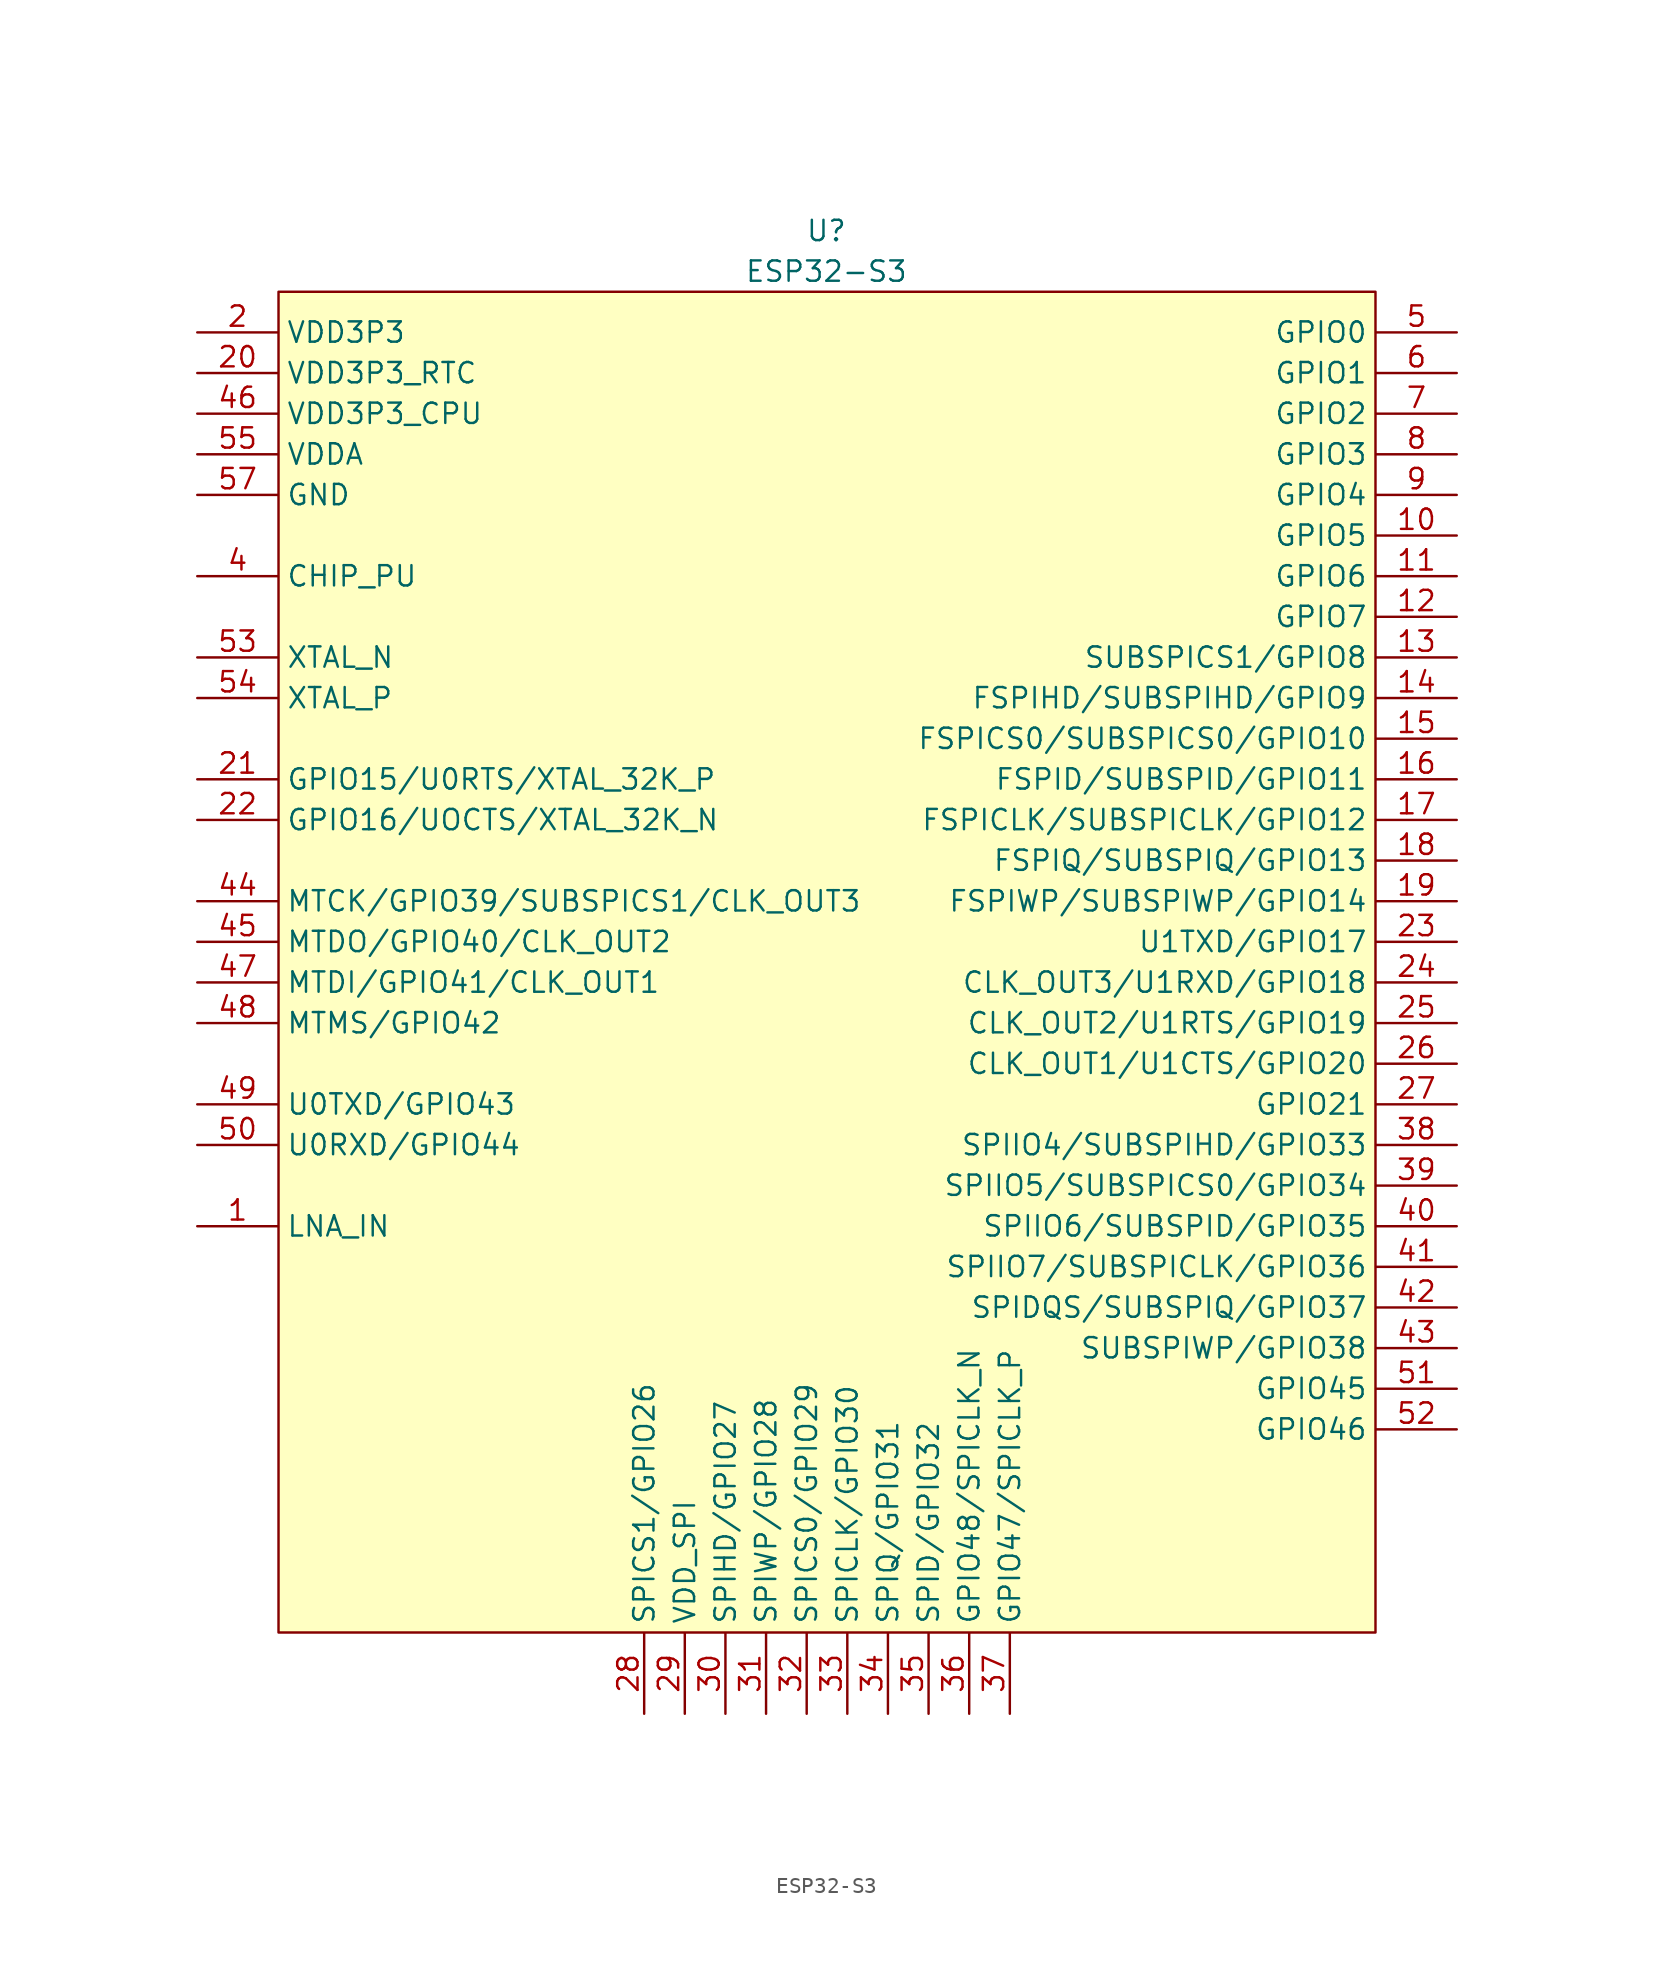
<source format=kicad_sym>
(kicad_symbol_lib
  (version 20220914)
  (generator kicad_symbol_editor)
  (symbol "ESP32-S3"
    (property "Reference" "U"
      (at -0.04 45.72 0)
      (effects (font (size 1.27 1.27))))
    (property "Value" "ESP32-S3"
      (at -0.04 43.18 0)
      (effects (font (size 1.27 1.27))))
    (symbol "ESP32-S3_0_0"
      (pin bidirectional line (at -39.37 -16.51 0) (length 5.04) (name "LNA_IN" (effects (font (size 1.27 1.27)))) (number "1" (effects (font (size 1.27 1.27)))))
      (pin bidirectional line (at 39.37 26.67 180) (length 5.04) (name "GPIO5" (effects (font (size 1.27 1.27)))) (number "10" (effects (font (size 1.27 1.27)))))
      (pin bidirectional line (at 39.37 24.13 180) (length 5.04) (name "GPIO6" (effects (font (size 1.27 1.27)))) (number "11" (effects (font (size 1.27 1.27)))))
      (pin bidirectional line (at 39.37 21.59 180) (length 5.04) (name "GPIO7" (effects (font (size 1.27 1.27)))) (number "12" (effects (font (size 1.27 1.27)))))
      (pin power_in line (at -39.37 39.37 0) (length 5.04) (name "VDD3P3" (effects (font (size 1.27 1.27)))) (number "2" (effects (font (size 1.27 1.27)))))
      (pin power_in line (at -39.37 36.83 0) (length 5.04) (name "VDD3P3_RTC" (effects (font (size 1.27 1.27)))) (number "20" (effects (font (size 1.27 1.27)))))
      (pin bidirectional line (at -39.37 11.43 0) (length 5.04) (name "GPIO15/U0RTS/XTAL_32K_P" (effects (font (size 1.27 1.27)))) (number "21" (effects (font (size 1.27 1.27)))))
      (pin bidirectional line (at -39.37 8.89 0) (length 5.04) (name "GPIO16/UOCTS/XTAL_32K_N" (effects (font (size 1.27 1.27)))) (number "22" (effects (font (size 1.27 1.27)))))
      (pin bidirectional line (at 39.37 -8.89 180) (length 5.04) (name "GPIO21" (effects (font (size 1.27 1.27)))) (number "27" (effects (font (size 1.27 1.27)))))
      (pin bidirectional line (at -11.43 -46.99 90) (length 5.04) (name "SPICS1/GPIO26" (effects (font (size 1.27 1.27)))) (number "28" (effects (font (size 1.27 1.27)))))
      (pin power_out line (at -8.89 -46.99 90) (length 5.04) (name "VDD_SPI" (effects (font (size 1.27 1.27)))) (number "29" (effects (font (size 1.27 1.27)))))
      (pin bidirectional line (at -6.35 -46.99 90) (length 5.04) (name "SPIHD/GPIO27" (effects (font (size 1.27 1.27)))) (number "30" (effects (font (size 1.27 1.27)))))
      (pin bidirectional line (at -3.81 -46.99 90) (length 5.04) (name "SPIWP/GPIO28" (effects (font (size 1.27 1.27)))) (number "31" (effects (font (size 1.27 1.27)))))
      (pin bidirectional line (at -1.27 -46.99 90) (length 5.04) (name "SPICS0/GPIO29" (effects (font (size 1.27 1.27)))) (number "32" (effects (font (size 1.27 1.27)))))
      (pin bidirectional line (at 1.27 -46.99 90) (length 5.04) (name "SPICLK/GPIO30" (effects (font (size 1.27 1.27)))) (number "33" (effects (font (size 1.27 1.27)))))
      (pin bidirectional line (at 3.81 -46.99 90) (length 5.04) (name "SPIQ/GPIO31" (effects (font (size 1.27 1.27)))) (number "34" (effects (font (size 1.27 1.27)))))
      (pin bidirectional line (at 6.35 -46.99 90) (length 5.04) (name "SPID/GPIO32" (effects (font (size 1.27 1.27)))) (number "35" (effects (font (size 1.27 1.27)))))
      (pin bidirectional line (at 8.89 -46.99 90) (length 5.04) (name "GPIO48/SPICLK_N" (effects (font (size 1.27 1.27)))) (number "36" (effects (font (size 1.27 1.27)))))
      (pin bidirectional line (at 11.43 -46.99 90) (length 5.04) (name "GPIO47/SPICLK_P" (effects (font (size 1.27 1.27)))) (number "37" (effects (font (size 1.27 1.27)))))
      (pin input line (at -39.37 24.13 0) (length 5.04) (name "CHIP_PU" (effects (font (size 1.27 1.27)))) (number "4" (effects (font (size 1.27 1.27)))))
      (pin bidirectional line (at -39.37 3.81 0) (length 5.04) (name "MTCK/GPIO39/SUBSPICS1/CLK_OUT3" (effects (font (size 1.27 1.27)))) (number "44" (effects (font (size 1.27 1.27)))))
      (pin bidirectional line (at -39.37 1.27 0) (length 5.04) (name "MTDO/GPIO40/CLK_OUT2" (effects (font (size 1.27 1.27)))) (number "45" (effects (font (size 1.27 1.27)))))
      (pin power_in line (at -39.37 34.29 0) (length 5.04) (name "VDD3P3_CPU" (effects (font (size 1.27 1.27)))) (number "46" (effects (font (size 1.27 1.27)))))
      (pin bidirectional line (at -39.37 -1.27 0) (length 5.04) (name "MTDI/GPIO41/CLK_OUT1" (effects (font (size 1.27 1.27)))) (number "47" (effects (font (size 1.27 1.27)))))
      (pin bidirectional line (at -39.37 -3.81 0) (length 5.04) (name "MTMS/GPIO42" (effects (font (size 1.27 1.27)))) (number "48" (effects (font (size 1.27 1.27)))))
      (pin bidirectional line (at -39.37 -8.89 0) (length 5.04) (name "U0TXD/GPIO43" (effects (font (size 1.27 1.27)))) (number "49" (effects (font (size 1.27 1.27)))))
      (pin bidirectional line (at 39.37 39.37 180) (length 5.04) (name "GPIO0" (effects (font (size 1.27 1.27)))) (number "5" (effects (font (size 1.27 1.27)))))
      (pin bidirectional line (at -39.37 -11.43 0) (length 5.04) (name "U0RXD/GPIO44" (effects (font (size 1.27 1.27)))) (number "50" (effects (font (size 1.27 1.27)))))
      (pin bidirectional line (at 39.37 -26.67 180) (length 5.04) (name "GPIO45" (effects (font (size 1.27 1.27)))) (number "51" (effects (font (size 1.27 1.27)))))
      (pin bidirectional line (at 39.37 -29.21 180) (length 5.04) (name "GPIO46" (effects (font (size 1.27 1.27)))) (number "52" (effects (font (size 1.27 1.27)))))
      (pin bidirectional line (at -39.37 19.05 0) (length 5.04) (name "XTAL_N" (effects (font (size 1.27 1.27)))) (number "53" (effects (font (size 1.27 1.27)))))
      (pin bidirectional line (at -39.37 16.51 0) (length 5.04) (name "XTAL_P" (effects (font (size 1.27 1.27)))) (number "54" (effects (font (size 1.27 1.27)))))
      (pin power_in line (at -39.37 31.75 0) (length 5.04) (name "VDDA" (effects (font (size 1.27 1.27)))) (number "55" (effects (font (size 1.27 1.27)))))
      (pin power_in line (at -39.37 29.21 0) (length 5.04) (name "GND" (effects (font (size 1.27 1.27)))) (number "57" (effects (font (size 1.27 1.27)))))
      (pin bidirectional line (at 39.37 36.83 180) (length 5.04) (name "GPIO1" (effects (font (size 1.27 1.27)))) (number "6" (effects (font (size 1.27 1.27)))))
      (pin bidirectional line (at 39.37 34.29 180) (length 5.04) (name "GPIO2" (effects (font (size 1.27 1.27)))) (number "7" (effects (font (size 1.27 1.27)))))
      (pin bidirectional line (at 39.37 31.75 180) (length 5.04) (name "GPIO3" (effects (font (size 1.27 1.27)))) (number "8" (effects (font (size 1.27 1.27)))))
      (pin bidirectional line (at 39.37 29.21 180) (length 5.04) (name "GPIO4" (effects (font (size 1.27 1.27)))) (number "9" (effects (font (size 1.27 1.27))))))
    (symbol "ESP32-S3_1_0"
      (pin bidirectional line (at 39.37 19.05 180) (length 5.04) (name "SUBSPICS1/GPIO8" (effects (font (size 1.27 1.27)))) (number "13" (effects (font (size 1.27 1.27)))))
      (pin bidirectional line (at 39.37 16.51 180) (length 5.04) (name "FSPIHD/SUBSPIHD/GPIO9" (effects (font (size 1.27 1.27)))) (number "14" (effects (font (size 1.27 1.27)))))
      (pin bidirectional line (at 39.37 13.97 180) (length 5.04) (name "FSPICS0/SUBSPICS0/GPIO10" (effects (font (size 1.27 1.27)))) (number "15" (effects (font (size 1.27 1.27)))))
      (pin bidirectional line (at 39.37 11.43 180) (length 5.04) (name "FSPID/SUBSPID/GPIO11" (effects (font (size 1.27 1.27)))) (number "16" (effects (font (size 1.27 1.27)))))
      (pin bidirectional line (at 39.37 8.89 180) (length 5.04) (name "FSPICLK/SUBSPICLK/GPIO12" (effects (font (size 1.27 1.27)))) (number "17" (effects (font (size 1.27 1.27)))))
      (pin bidirectional line (at 39.37 6.35 180) (length 5.04) (name "FSPIQ/SUBSPIQ/GPIO13" (effects (font (size 1.27 1.27)))) (number "18" (effects (font (size 1.27 1.27)))))
      (pin bidirectional line (at 39.37 3.81 180) (length 5.04) (name "FSPIWP/SUBSPIWP/GPIO14" (effects (font (size 1.27 1.27)))) (number "19" (effects (font (size 1.27 1.27)))))
      (pin bidirectional line (at 39.37 1.27 180) (length 5.04) (name "U1TXD/GPIO17" (effects (font (size 1.27 1.27)))) (number "23" (effects (font (size 1.27 1.27)))))
      (pin bidirectional line (at 39.37 -1.27 180) (length 5.04) (name "CLK_OUT3/U1RXD/GPIO18" (effects (font (size 1.27 1.27)))) (number "24" (effects (font (size 1.27 1.27)))))
      (pin bidirectional line (at 39.37 -3.81 180) (length 5.04) (name "CLK_OUT2/U1RTS/GPIO19" (effects (font (size 1.27 1.27)))) (number "25" (effects (font (size 1.27 1.27)))))
      (pin bidirectional line (at 39.37 -6.35 180) (length 5.04) (name "CLK_OUT1/U1CTS/GPIO20" (effects (font (size 1.27 1.27)))) (number "26" (effects (font (size 1.27 1.27)))))
      (pin power_in line (at -39.37 39.37 0) (length 5.04) hide (name "VDD3P3" (effects (font (size 1.27 1.27)))) (number "3" (effects (font (size 1.27 1.27)))))
      (pin bidirectional line (at 39.37 -11.43 180) (length 5.04) (name "SPIIO4/SUBSPIHD/GPIO33" (effects (font (size 1.27 1.27)))) (number "38" (effects (font (size 1.27 1.27)))))
      (pin bidirectional line (at 39.37 -13.97 180) (length 5.04) (name "SPIIO5/SUBSPICS0/GPIO34" (effects (font (size 1.27 1.27)))) (number "39" (effects (font (size 1.27 1.27)))))
      (pin bidirectional line (at 39.37 -16.51 180) (length 5.04) (name "SPIIO6/SUBSPID/GPIO35" (effects (font (size 1.27 1.27)))) (number "40" (effects (font (size 1.27 1.27)))))
      (pin bidirectional line (at 39.37 -19.05 180) (length 5.04) (name "SPIIO7/SUBSPICLK/GPIO36" (effects (font (size 1.27 1.27)))) (number "41" (effects (font (size 1.27 1.27)))))
      (pin bidirectional line (at 39.37 -21.59 180) (length 5.04) (name "SPIDQS/SUBSPIQ/GPIO37" (effects (font (size 1.27 1.27)))) (number "42" (effects (font (size 1.27 1.27)))))
      (pin bidirectional line (at 39.37 -24.13 180) (length 5.04) (name "SUBSPIWP/GPIO38" (effects (font (size 1.27 1.27)))) (number "43" (effects (font (size 1.27 1.27)))))
      (pin power_in line (at -39.37 31.75 0) (length 5.04) hide (name "VDDA" (effects (font (size 1.27 1.27)))) (number "56" (effects (font (size 1.27 1.27))))))
    (symbol "ESP32-S3_1_1"
      (rectangle (start -34.29 41.91) (end 34.29 -41.91) (stroke (width 0) (type default)) (fill (type background))))))
</source>
